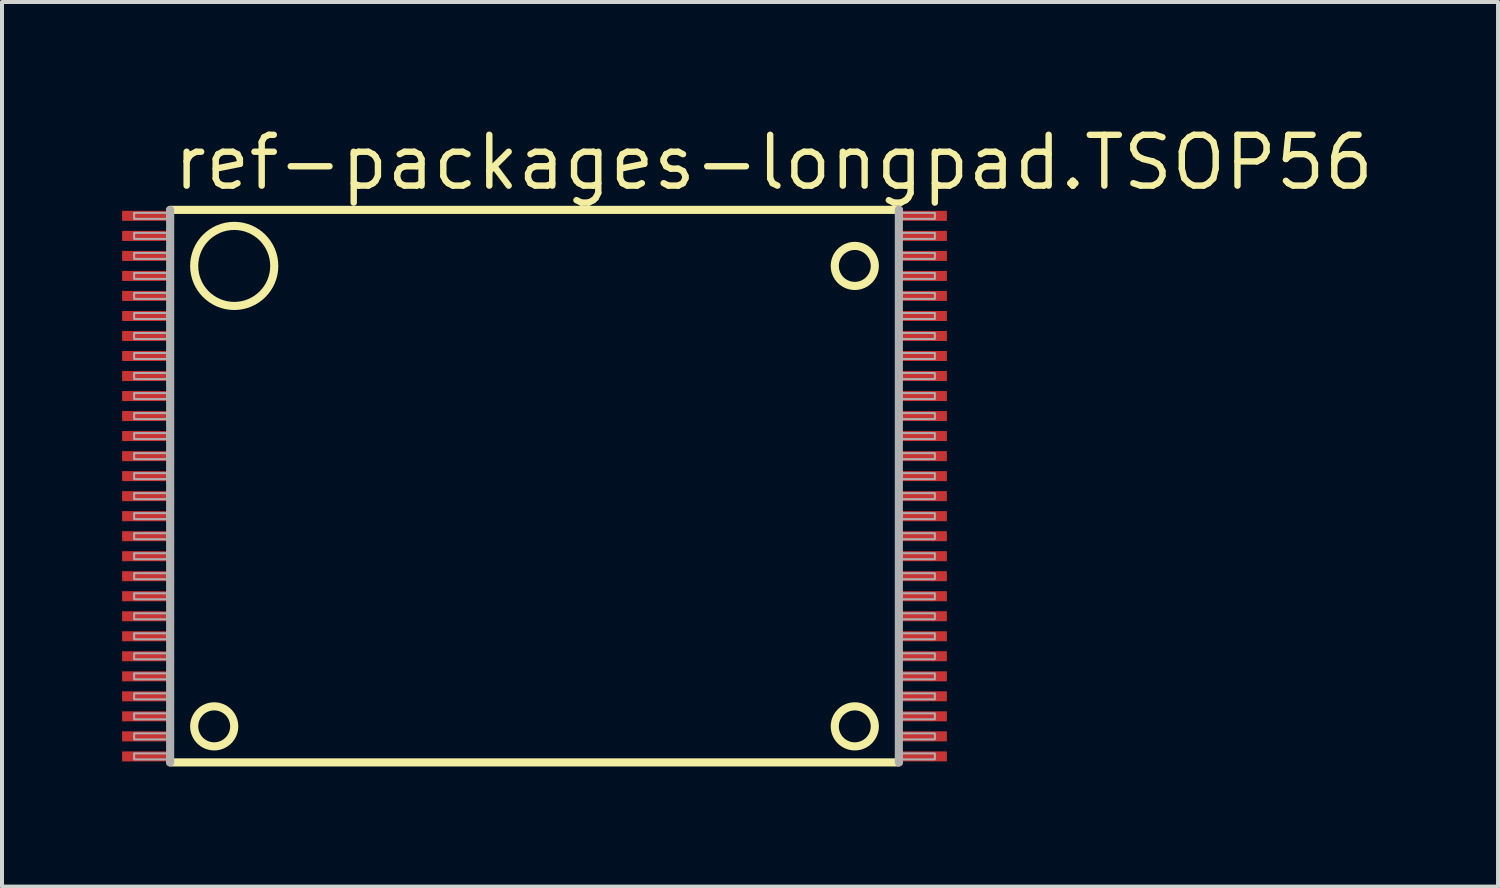
<source format=kicad_pcb>
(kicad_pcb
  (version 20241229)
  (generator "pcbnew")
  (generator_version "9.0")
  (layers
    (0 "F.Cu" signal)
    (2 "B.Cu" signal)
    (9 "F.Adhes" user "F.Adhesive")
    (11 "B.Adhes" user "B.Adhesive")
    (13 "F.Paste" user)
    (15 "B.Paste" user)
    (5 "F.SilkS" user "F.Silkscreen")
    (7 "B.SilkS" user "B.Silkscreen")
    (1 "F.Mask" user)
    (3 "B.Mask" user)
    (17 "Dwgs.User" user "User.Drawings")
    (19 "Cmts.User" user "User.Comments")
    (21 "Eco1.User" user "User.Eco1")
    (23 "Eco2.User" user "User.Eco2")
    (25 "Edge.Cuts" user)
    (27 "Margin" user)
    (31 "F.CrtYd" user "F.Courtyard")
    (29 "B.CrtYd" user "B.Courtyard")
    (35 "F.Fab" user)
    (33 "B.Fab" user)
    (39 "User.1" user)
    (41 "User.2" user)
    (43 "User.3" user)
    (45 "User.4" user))
  (footprint "ref-packages-longpad.TSOP56"
    (layer "F.Cu")
    (at 10.3 9.092)
    (property "Reference" "ref-packages-longpad.TSOP56" (at -9.096 -7.342 0) (layer "F.SilkS") (effects (font (size 1.27 1.27) (thickness 0.16)) (justify left bottom)))
    (attr smd)
    (fp_line (start -9.1 6.9) (end 9.1 6.9) (stroke (width 0.203) (type default)) (layer "F.SilkS"))
    (fp_line (start 9.1 -6.9) (end -9.1 -6.9) (stroke (width 0.203) (type default)) (layer "F.SilkS"))
    (fp_circle (center -8 6) (end -7.5 6) (stroke (width 0.203) (type default)) (fill no) (layer "F.SilkS"))
    (fp_circle (center -7.5 -5.5) (end -6.5 -5.5) (stroke (width 0.203) (type default)) (fill no) (layer "F.SilkS"))
    (fp_circle (center 8 -5.5) (end 8.5 -5.5) (stroke (width 0.203) (type default)) (fill no) (layer "F.SilkS"))
    (fp_circle (center 8 6) (end 8.5 6) (stroke (width 0.203) (type default)) (fill no) (layer "F.SilkS"))
    (fp_line (start -9.1 -6.9) (end -9.1 6.9) (stroke (width 0.203) (type default)) (layer "F.Fab"))
    (fp_line (start 9.1 6.9) (end 9.1 -6.9) (stroke (width 0.203) (type default)) (layer "F.Fab"))
    (fp_rect (start -10 -6.675) (end -9.175 -6.825) (stroke (width 0.05) (type default)) (fill no) (layer "F.Fab"))
    (fp_rect (start -10 -6.175) (end -9.175 -6.325) (stroke (width 0.05) (type default)) (fill no) (layer "F.Fab"))
    (fp_rect (start -10 -5.675) (end -9.175 -5.825) (stroke (width 0.05) (type default)) (fill no) (layer "F.Fab"))
    (fp_rect (start -10 -5.175) (end -9.175 -5.325) (stroke (width 0.05) (type default)) (fill no) (layer "F.Fab"))
    (fp_rect (start -10 -4.675) (end -9.175 -4.825) (stroke (width 0.05) (type default)) (fill no) (layer "F.Fab"))
    (fp_rect (start -10 -4.175) (end -9.175 -4.325) (stroke (width 0.05) (type default)) (fill no) (layer "F.Fab"))
    (fp_rect (start -10 -3.675) (end -9.175 -3.825) (stroke (width 0.05) (type default)) (fill no) (layer "F.Fab"))
    (fp_rect (start -10 -3.175) (end -9.175 -3.325) (stroke (width 0.05) (type default)) (fill no) (layer "F.Fab"))
    (fp_rect (start -10 -2.675) (end -9.175 -2.825) (stroke (width 0.05) (type default)) (fill no) (layer "F.Fab"))
    (fp_rect (start -10 -2.175) (end -9.175 -2.325) (stroke (width 0.05) (type default)) (fill no) (layer "F.Fab"))
    (fp_rect (start -10 -1.675) (end -9.175 -1.825) (stroke (width 0.05) (type default)) (fill no) (layer "F.Fab"))
    (fp_rect (start -10 -1.175) (end -9.175 -1.325) (stroke (width 0.05) (type default)) (fill no) (layer "F.Fab"))
    (fp_rect (start -10 -0.675) (end -9.175 -0.825) (stroke (width 0.05) (type default)) (fill no) (layer "F.Fab"))
    (fp_rect (start -10 -0.175) (end -9.175 -0.325) (stroke (width 0.05) (type default)) (fill no) (layer "F.Fab"))
    (fp_rect (start -10 0.325) (end -9.175 0.175) (stroke (width 0.05) (type default)) (fill no) (layer "F.Fab"))
    (fp_rect (start -10 0.825) (end -9.175 0.675) (stroke (width 0.05) (type default)) (fill no) (layer "F.Fab"))
    (fp_rect (start -10 1.325) (end -9.175 1.175) (stroke (width 0.05) (type default)) (fill no) (layer "F.Fab"))
    (fp_rect (start -10 1.825) (end -9.175 1.675) (stroke (width 0.05) (type default)) (fill no) (layer "F.Fab"))
    (fp_rect (start -10 2.325) (end -9.175 2.175) (stroke (width 0.05) (type default)) (fill no) (layer "F.Fab"))
    (fp_rect (start -10 2.825) (end -9.175 2.675) (stroke (width 0.05) (type default)) (fill no) (layer "F.Fab"))
    (fp_rect (start -10 3.325) (end -9.175 3.175) (stroke (width 0.05) (type default)) (fill no) (layer "F.Fab"))
    (fp_rect (start -10 3.825) (end -9.175 3.675) (stroke (width 0.05) (type default)) (fill no) (layer "F.Fab"))
    (fp_rect (start -10 4.325) (end -9.175 4.175) (stroke (width 0.05) (type default)) (fill no) (layer "F.Fab"))
    (fp_rect (start -10 4.825) (end -9.175 4.675) (stroke (width 0.05) (type default)) (fill no) (layer "F.Fab"))
    (fp_rect (start -10 5.325) (end -9.175 5.175) (stroke (width 0.05) (type default)) (fill no) (layer "F.Fab"))
    (fp_rect (start -10 5.825) (end -9.175 5.675) (stroke (width 0.05) (type default)) (fill no) (layer "F.Fab"))
    (fp_rect (start -10 6.325) (end -9.175 6.175) (stroke (width 0.05) (type default)) (fill no) (layer "F.Fab"))
    (fp_rect (start -10 6.825) (end -9.175 6.675) (stroke (width 0.05) (type default)) (fill no) (layer "F.Fab"))
    (fp_rect (start 9.175 -6.675) (end 10 -6.825) (stroke (width 0.05) (type default)) (fill no) (layer "F.Fab"))
    (fp_rect (start 9.175 -6.175) (end 10 -6.325) (stroke (width 0.05) (type default)) (fill no) (layer "F.Fab"))
    (fp_rect (start 9.175 -5.675) (end 10 -5.825) (stroke (width 0.05) (type default)) (fill no) (layer "F.Fab"))
    (fp_rect (start 9.175 -5.175) (end 10 -5.325) (stroke (width 0.05) (type default)) (fill no) (layer "F.Fab"))
    (fp_rect (start 9.175 -4.675) (end 10 -4.825) (stroke (width 0.05) (type default)) (fill no) (layer "F.Fab"))
    (fp_rect (start 9.175 -4.175) (end 10 -4.325) (stroke (width 0.05) (type default)) (fill no) (layer "F.Fab"))
    (fp_rect (start 9.175 -3.675) (end 10 -3.825) (stroke (width 0.05) (type default)) (fill no) (layer "F.Fab"))
    (fp_rect (start 9.175 -3.175) (end 10 -3.325) (stroke (width 0.05) (type default)) (fill no) (layer "F.Fab"))
    (fp_rect (start 9.175 -2.675) (end 10 -2.825) (stroke (width 0.05) (type default)) (fill no) (layer "F.Fab"))
    (fp_rect (start 9.175 -2.175) (end 10 -2.325) (stroke (width 0.05) (type default)) (fill no) (layer "F.Fab"))
    (fp_rect (start 9.175 -1.675) (end 10 -1.825) (stroke (width 0.05) (type default)) (fill no) (layer "F.Fab"))
    (fp_rect (start 9.175 -1.175) (end 10 -1.325) (stroke (width 0.05) (type default)) (fill no) (layer "F.Fab"))
    (fp_rect (start 9.175 -0.675) (end 10 -0.825) (stroke (width 0.05) (type default)) (fill no) (layer "F.Fab"))
    (fp_rect (start 9.175 -0.175) (end 10 -0.325) (stroke (width 0.05) (type default)) (fill no) (layer "F.Fab"))
    (fp_rect (start 9.175 0.325) (end 10 0.175) (stroke (width 0.05) (type default)) (fill no) (layer "F.Fab"))
    (fp_rect (start 9.175 0.825) (end 10 0.675) (stroke (width 0.05) (type default)) (fill no) (layer "F.Fab"))
    (fp_rect (start 9.175 1.325) (end 10 1.175) (stroke (width 0.05) (type default)) (fill no) (layer "F.Fab"))
    (fp_rect (start 9.175 1.825) (end 10 1.675) (stroke (width 0.05) (type default)) (fill no) (layer "F.Fab"))
    (fp_rect (start 9.175 2.325) (end 10 2.175) (stroke (width 0.05) (type default)) (fill no) (layer "F.Fab"))
    (fp_rect (start 9.175 2.825) (end 10 2.675) (stroke (width 0.05) (type default)) (fill no) (layer "F.Fab"))
    (fp_rect (start 9.175 3.325) (end 10 3.175) (stroke (width 0.05) (type default)) (fill no) (layer "F.Fab"))
    (fp_rect (start 9.175 3.825) (end 10 3.675) (stroke (width 0.05) (type default)) (fill no) (layer "F.Fab"))
    (fp_rect (start 9.175 4.325) (end 10 4.175) (stroke (width 0.05) (type default)) (fill no) (layer "F.Fab"))
    (fp_rect (start 9.175 4.825) (end 10 4.675) (stroke (width 0.05) (type default)) (fill no) (layer "F.Fab"))
    (fp_rect (start 9.175 5.325) (end 10 5.175) (stroke (width 0.05) (type default)) (fill no) (layer "F.Fab"))
    (fp_rect (start 9.175 5.825) (end 10 5.675) (stroke (width 0.05) (type default)) (fill no) (layer "F.Fab"))
    (fp_rect (start 9.175 6.325) (end 10 6.175) (stroke (width 0.05) (type default)) (fill no) (layer "F.Fab"))
    (fp_rect (start 9.175 6.825) (end 10 6.675) (stroke (width 0.05) (type default)) (fill no) (layer "F.Fab"))
    (pad "1" smd roundrect (at -9.7 -6.75) (size 1.2 0.25) (layers "F.Cu" "F.Mask" "F.Paste") (roundrect_rratio 0.01))
    (pad "2" smd roundrect (at -9.7 -6.25) (size 1.2 0.25) (layers "F.Cu" "F.Mask" "F.Paste") (roundrect_rratio 0.01))
    (pad "3" smd roundrect (at -9.7 -5.75) (size 1.2 0.25) (layers "F.Cu" "F.Mask" "F.Paste") (roundrect_rratio 0.01))
    (pad "4" smd roundrect (at -9.7 -5.25) (size 1.2 0.25) (layers "F.Cu" "F.Mask" "F.Paste") (roundrect_rratio 0.01))
    (pad "5" smd roundrect (at -9.7 -4.75) (size 1.2 0.25) (layers "F.Cu" "F.Mask" "F.Paste") (roundrect_rratio 0.01))
    (pad "6" smd roundrect (at -9.7 -4.25) (size 1.2 0.25) (layers "F.Cu" "F.Mask" "F.Paste") (roundrect_rratio 0.01))
    (pad "7" smd roundrect (at -9.7 -3.75) (size 1.2 0.25) (layers "F.Cu" "F.Mask" "F.Paste") (roundrect_rratio 0.01))
    (pad "8" smd roundrect (at -9.7 -3.25) (size 1.2 0.25) (layers "F.Cu" "F.Mask" "F.Paste") (roundrect_rratio 0.01))
    (pad "9" smd roundrect (at -9.7 -2.75) (size 1.2 0.25) (layers "F.Cu" "F.Mask" "F.Paste") (roundrect_rratio 0.01))
    (pad "10" smd roundrect (at -9.7 -2.25) (size 1.2 0.25) (layers "F.Cu" "F.Mask" "F.Paste") (roundrect_rratio 0.01))
    (pad "11" smd roundrect (at -9.7 -1.75) (size 1.2 0.25) (layers "F.Cu" "F.Mask" "F.Paste") (roundrect_rratio 0.01))
    (pad "12" smd roundrect (at -9.7 -1.25) (size 1.2 0.25) (layers "F.Cu" "F.Mask" "F.Paste") (roundrect_rratio 0.01))
    (pad "13" smd roundrect (at -9.7 -0.75) (size 1.2 0.25) (layers "F.Cu" "F.Mask" "F.Paste") (roundrect_rratio 0.01))
    (pad "14" smd roundrect (at -9.7 -0.25) (size 1.2 0.25) (layers "F.Cu" "F.Mask" "F.Paste") (roundrect_rratio 0.01))
    (pad "15" smd roundrect (at -9.7 0.25) (size 1.2 0.25) (layers "F.Cu" "F.Mask" "F.Paste") (roundrect_rratio 0.01))
    (pad "16" smd roundrect (at -9.7 0.75) (size 1.2 0.25) (layers "F.Cu" "F.Mask" "F.Paste") (roundrect_rratio 0.01))
    (pad "17" smd roundrect (at -9.7 1.25) (size 1.2 0.25) (layers "F.Cu" "F.Mask" "F.Paste") (roundrect_rratio 0.01))
    (pad "18" smd roundrect (at -9.7 1.75) (size 1.2 0.25) (layers "F.Cu" "F.Mask" "F.Paste") (roundrect_rratio 0.01))
    (pad "19" smd roundrect (at -9.7 2.25) (size 1.2 0.25) (layers "F.Cu" "F.Mask" "F.Paste") (roundrect_rratio 0.01))
    (pad "20" smd roundrect (at -9.7 2.75) (size 1.2 0.25) (layers "F.Cu" "F.Mask" "F.Paste") (roundrect_rratio 0.01))
    (pad "21" smd roundrect (at -9.7 3.25) (size 1.2 0.25) (layers "F.Cu" "F.Mask" "F.Paste") (roundrect_rratio 0.01))
    (pad "22" smd roundrect (at -9.7 3.75) (size 1.2 0.25) (layers "F.Cu" "F.Mask" "F.Paste") (roundrect_rratio 0.01))
    (pad "23" smd roundrect (at -9.7 4.25) (size 1.2 0.25) (layers "F.Cu" "F.Mask" "F.Paste") (roundrect_rratio 0.01))
    (pad "24" smd roundrect (at -9.7 4.75) (size 1.2 0.25) (layers "F.Cu" "F.Mask" "F.Paste") (roundrect_rratio 0.01))
    (pad "25" smd roundrect (at -9.7 5.25) (size 1.2 0.25) (layers "F.Cu" "F.Mask" "F.Paste") (roundrect_rratio 0.01))
    (pad "26" smd roundrect (at -9.7 5.75) (size 1.2 0.25) (layers "F.Cu" "F.Mask" "F.Paste") (roundrect_rratio 0.01))
    (pad "27" smd roundrect (at -9.7 6.25) (size 1.2 0.25) (layers "F.Cu" "F.Mask" "F.Paste") (roundrect_rratio 0.01))
    (pad "28" smd roundrect (at -9.7 6.75) (size 1.2 0.25) (layers "F.Cu" "F.Mask" "F.Paste") (roundrect_rratio 0.01))
    (pad "29" smd roundrect (at 9.7 6.75) (size 1.2 0.25) (layers "F.Cu" "F.Mask" "F.Paste") (roundrect_rratio 0.01))
    (pad "30" smd roundrect (at 9.7 6.25) (size 1.2 0.25) (layers "F.Cu" "F.Mask" "F.Paste") (roundrect_rratio 0.01))
    (pad "31" smd roundrect (at 9.7 5.75) (size 1.2 0.25) (layers "F.Cu" "F.Mask" "F.Paste") (roundrect_rratio 0.01))
    (pad "32" smd roundrect (at 9.7 5.25) (size 1.2 0.25) (layers "F.Cu" "F.Mask" "F.Paste") (roundrect_rratio 0.01))
    (pad "33" smd roundrect (at 9.7 4.75) (size 1.2 0.25) (layers "F.Cu" "F.Mask" "F.Paste") (roundrect_rratio 0.01))
    (pad "34" smd roundrect (at 9.7 4.25) (size 1.2 0.25) (layers "F.Cu" "F.Mask" "F.Paste") (roundrect_rratio 0.01))
    (pad "35" smd roundrect (at 9.7 3.75) (size 1.2 0.25) (layers "F.Cu" "F.Mask" "F.Paste") (roundrect_rratio 0.01))
    (pad "36" smd roundrect (at 9.7 3.25) (size 1.2 0.25) (layers "F.Cu" "F.Mask" "F.Paste") (roundrect_rratio 0.01))
    (pad "37" smd roundrect (at 9.7 2.75) (size 1.2 0.25) (layers "F.Cu" "F.Mask" "F.Paste") (roundrect_rratio 0.01))
    (pad "38" smd roundrect (at 9.7 2.25) (size 1.2 0.25) (layers "F.Cu" "F.Mask" "F.Paste") (roundrect_rratio 0.01))
    (pad "39" smd roundrect (at 9.7 1.75) (size 1.2 0.25) (layers "F.Cu" "F.Mask" "F.Paste") (roundrect_rratio 0.01))
    (pad "40" smd roundrect (at 9.7 1.25) (size 1.2 0.25) (layers "F.Cu" "F.Mask" "F.Paste") (roundrect_rratio 0.01))
    (pad "41" smd roundrect (at 9.7 0.75) (size 1.2 0.25) (layers "F.Cu" "F.Mask" "F.Paste") (roundrect_rratio 0.01))
    (pad "42" smd roundrect (at 9.7 0.25) (size 1.2 0.25) (layers "F.Cu" "F.Mask" "F.Paste") (roundrect_rratio 0.01))
    (pad "43" smd roundrect (at 9.7 -0.25) (size 1.2 0.25) (layers "F.Cu" "F.Mask" "F.Paste") (roundrect_rratio 0.01))
    (pad "44" smd roundrect (at 9.7 -0.75) (size 1.2 0.25) (layers "F.Cu" "F.Mask" "F.Paste") (roundrect_rratio 0.01))
    (pad "45" smd roundrect (at 9.7 -1.25) (size 1.2 0.25) (layers "F.Cu" "F.Mask" "F.Paste") (roundrect_rratio 0.01))
    (pad "46" smd roundrect (at 9.7 -1.75) (size 1.2 0.25) (layers "F.Cu" "F.Mask" "F.Paste") (roundrect_rratio 0.01))
    (pad "47" smd roundrect (at 9.7 -2.25) (size 1.2 0.25) (layers "F.Cu" "F.Mask" "F.Paste") (roundrect_rratio 0.01))
    (pad "48" smd roundrect (at 9.7 -2.75) (size 1.2 0.25) (layers "F.Cu" "F.Mask" "F.Paste") (roundrect_rratio 0.01))
    (pad "49" smd roundrect (at 9.7 -3.25) (size 1.2 0.25) (layers "F.Cu" "F.Mask" "F.Paste") (roundrect_rratio 0.01))
    (pad "50" smd roundrect (at 9.7 -3.75) (size 1.2 0.25) (layers "F.Cu" "F.Mask" "F.Paste") (roundrect_rratio 0.01))
    (pad "51" smd roundrect (at 9.7 -4.25) (size 1.2 0.25) (layers "F.Cu" "F.Mask" "F.Paste") (roundrect_rratio 0.01))
    (pad "52" smd roundrect (at 9.7 -4.75) (size 1.2 0.25) (layers "F.Cu" "F.Mask" "F.Paste") (roundrect_rratio 0.01))
    (pad "53" smd roundrect (at 9.7 -5.25) (size 1.2 0.25) (layers "F.Cu" "F.Mask" "F.Paste") (roundrect_rratio 0.01))
    (pad "54" smd roundrect (at 9.7 -5.75) (size 1.2 0.25) (layers "F.Cu" "F.Mask" "F.Paste") (roundrect_rratio 0.01))
    (pad "55" smd roundrect (at 9.7 -6.25) (size 1.2 0.25) (layers "F.Cu" "F.Mask" "F.Paste") (roundrect_rratio 0.01))
    (pad "56" smd roundrect (at 9.7 -6.75) (size 1.2 0.25) (layers "F.Cu" "F.Mask" "F.Paste") (roundrect_rratio 0.01)))
  (gr_rect
    (start -3 -3)
    (end 34.366 19.094)
    (stroke (width 0.1) (type default))
    (fill no)
    (layer "Edge.Cuts")))
</source>
